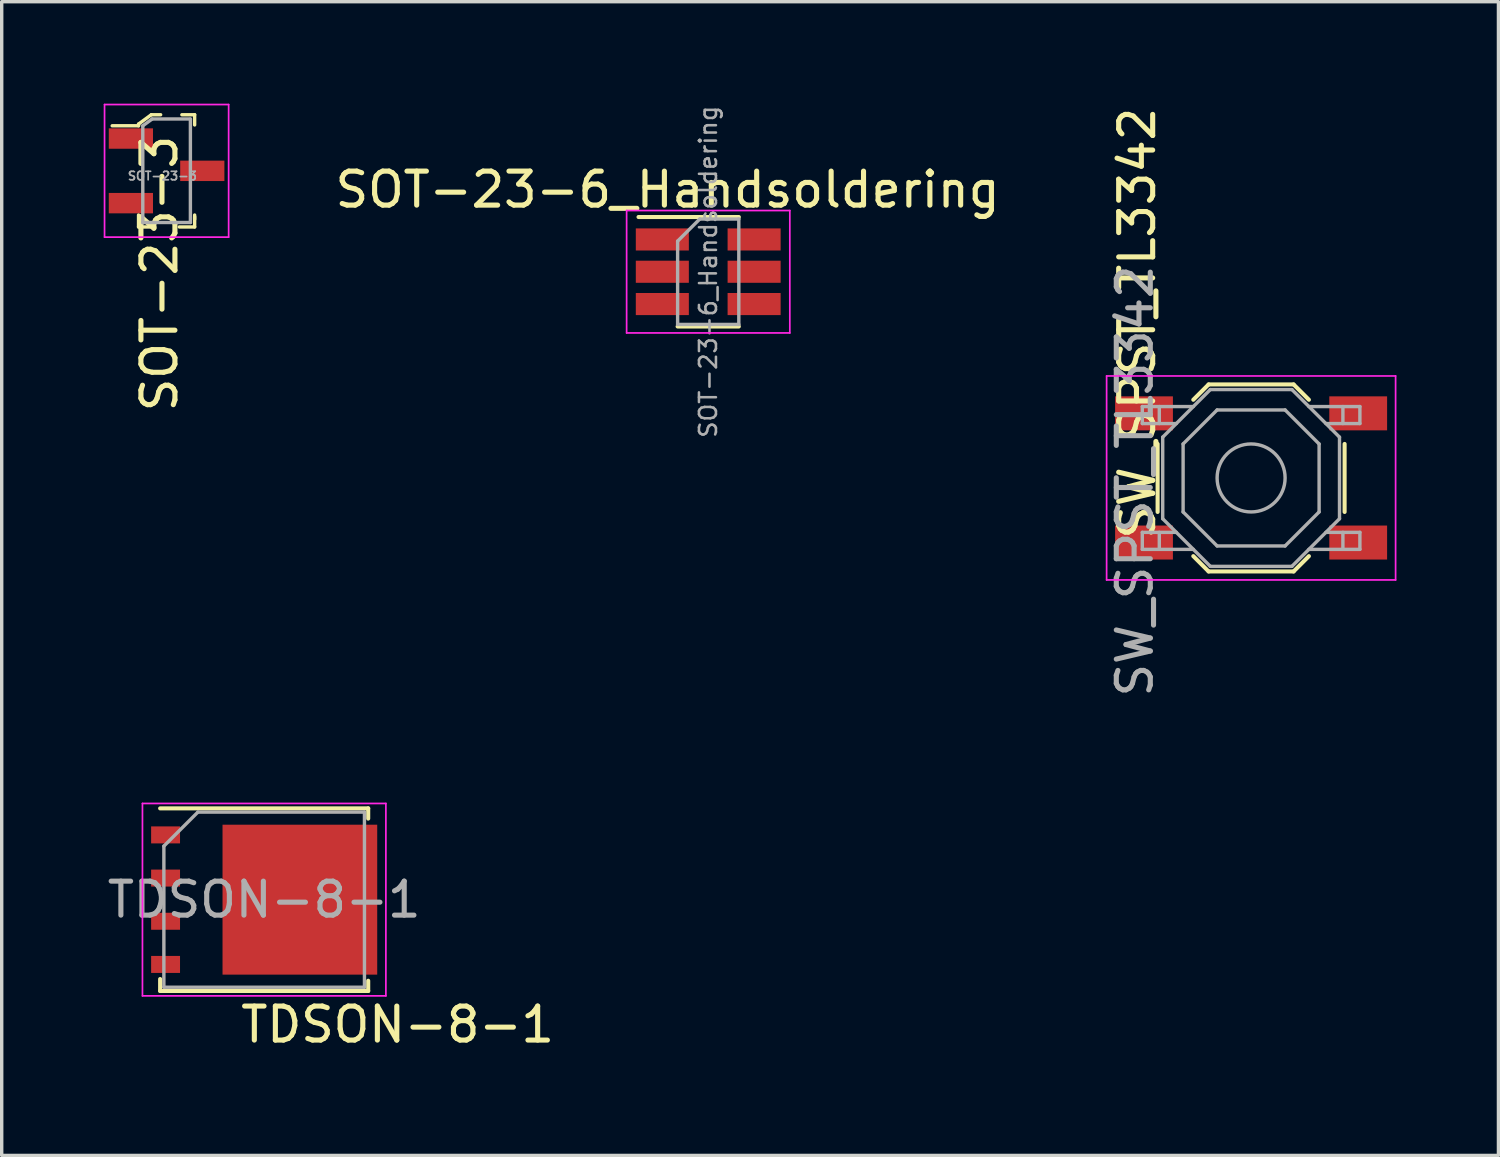
<source format=kicad_pcb>
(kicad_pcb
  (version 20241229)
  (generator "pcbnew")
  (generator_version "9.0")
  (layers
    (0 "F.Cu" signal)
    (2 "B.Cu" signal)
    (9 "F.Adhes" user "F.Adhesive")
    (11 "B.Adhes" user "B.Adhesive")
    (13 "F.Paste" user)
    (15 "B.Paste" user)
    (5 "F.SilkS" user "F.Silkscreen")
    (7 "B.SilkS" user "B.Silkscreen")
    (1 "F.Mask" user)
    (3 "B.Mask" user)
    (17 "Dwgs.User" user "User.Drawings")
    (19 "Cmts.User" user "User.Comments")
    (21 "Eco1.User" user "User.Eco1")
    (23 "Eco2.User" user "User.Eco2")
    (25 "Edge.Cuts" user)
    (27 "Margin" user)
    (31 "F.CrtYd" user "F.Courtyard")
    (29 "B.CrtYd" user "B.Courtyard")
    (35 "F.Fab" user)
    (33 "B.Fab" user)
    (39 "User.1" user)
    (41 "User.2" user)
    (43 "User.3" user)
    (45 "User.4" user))
  (footprint "SW_SPST_TL3342"
    (layer "F.Cu")
    (at 33.749 11.008)
    (property "Reference" "SW_SPST_TL3342" (at -3.35 -4.55 270) (layer "F.SilkS") (effects (font (size 1 1) (thickness 0.15))))
    (attr smd)
    (fp_line (start -2.75 -1) (end -2.75 1) (stroke (width 0.12) (type solid)) (layer "F.SilkS"))
    (fp_line (start -1.7 -2.3) (end -1.25 -2.75) (stroke (width 0.12) (type solid)) (layer "F.SilkS"))
    (fp_line (start -1.7 2.3) (end -1.25 2.75) (stroke (width 0.12) (type solid)) (layer "F.SilkS"))
    (fp_line (start -1.25 -2.75) (end 1.25 -2.75) (stroke (width 0.12) (type solid)) (layer "F.SilkS"))
    (fp_line (start -1.25 2.75) (end 1.25 2.75) (stroke (width 0.12) (type solid)) (layer "F.SilkS"))
    (fp_line (start 1.7 -2.3) (end 1.25 -2.75) (stroke (width 0.12) (type solid)) (layer "F.SilkS"))
    (fp_line (start 1.7 2.3) (end 1.25 2.75) (stroke (width 0.12) (type solid)) (layer "F.SilkS"))
    (fp_line (start 2.75 -1) (end 2.75 1) (stroke (width 0.12) (type solid)) (layer "F.SilkS"))
    (fp_line (start -4.25 -3) (end 4.25 -3) (stroke (width 0.05) (type solid)) (layer "F.CrtYd"))
    (fp_line (start -4.25 3) (end -4.25 -3) (stroke (width 0.05) (type solid)) (layer "F.CrtYd"))
    (fp_line (start 4.25 -3) (end 4.25 3) (stroke (width 0.05) (type solid)) (layer "F.CrtYd"))
    (fp_line (start 4.25 3) (end -4.25 3) (stroke (width 0.05) (type solid)) (layer "F.CrtYd"))
    (fp_line (start -3.2 -2.1) (end -3.2 -1.6) (stroke (width 0.1) (type solid)) (layer "F.Fab"))
    (fp_line (start -3.2 -1.6) (end -2.2 -1.6) (stroke (width 0.1) (type solid)) (layer "F.Fab"))
    (fp_line (start -3.2 1.6) (end -2.2 1.6) (stroke (width 0.1) (type solid)) (layer "F.Fab"))
    (fp_line (start -3.2 2.1) (end -3.2 1.6) (stroke (width 0.1) (type solid)) (layer "F.Fab"))
    (fp_line (start -2.7 -2.1) (end -2.7 -1.6) (stroke (width 0.1) (type solid)) (layer "F.Fab"))
    (fp_line (start -2.7 2.1) (end -2.7 1.6) (stroke (width 0.1) (type solid)) (layer "F.Fab"))
    (fp_line (start -2.6 -1.2) (end -2.6 1.2) (stroke (width 0.1) (type solid)) (layer "F.Fab"))
    (fp_line (start -2.6 1.2) (end -1.2 2.6) (stroke (width 0.1) (type solid)) (layer "F.Fab"))
    (fp_line (start -2 -1) (end -1 -2) (stroke (width 0.1) (type solid)) (layer "F.Fab"))
    (fp_line (start -2 1) (end -2 -1) (stroke (width 0.1) (type solid)) (layer "F.Fab"))
    (fp_line (start -1.7 -2.1) (end -3.2 -2.1) (stroke (width 0.1) (type solid)) (layer "F.Fab"))
    (fp_line (start -1.7 2.1) (end -3.2 2.1) (stroke (width 0.1) (type solid)) (layer "F.Fab"))
    (fp_line (start -1.2 -2.6) (end -2.6 -1.2) (stroke (width 0.1) (type solid)) (layer "F.Fab"))
    (fp_line (start -1.2 2.6) (end 1.2 2.6) (stroke (width 0.1) (type solid)) (layer "F.Fab"))
    (fp_line (start -1 -2) (end 1 -2) (stroke (width 0.1) (type solid)) (layer "F.Fab"))
    (fp_line (start -1 2) (end -2 1) (stroke (width 0.1) (type solid)) (layer "F.Fab"))
    (fp_line (start 1 -2) (end 2 -1) (stroke (width 0.1) (type solid)) (layer "F.Fab"))
    (fp_line (start 1 2) (end -1 2) (stroke (width 0.1) (type solid)) (layer "F.Fab"))
    (fp_line (start 1.2 -2.6) (end -1.2 -2.6) (stroke (width 0.1) (type solid)) (layer "F.Fab"))
    (fp_line (start 1.2 2.6) (end 2.6 1.2) (stroke (width 0.1) (type solid)) (layer "F.Fab"))
    (fp_line (start 1.7 -2.1) (end 3.2 -2.1) (stroke (width 0.1) (type solid)) (layer "F.Fab"))
    (fp_line (start 1.7 2.1) (end 3.2 2.1) (stroke (width 0.1) (type solid)) (layer "F.Fab"))
    (fp_line (start 2 -1) (end 2 1) (stroke (width 0.1) (type solid)) (layer "F.Fab"))
    (fp_line (start 2 1) (end 1 2) (stroke (width 0.1) (type solid)) (layer "F.Fab"))
    (fp_line (start 2.6 -1.2) (end 1.2 -2.6) (stroke (width 0.1) (type solid)) (layer "F.Fab"))
    (fp_line (start 2.6 1.2) (end 2.6 -1.2) (stroke (width 0.1) (type solid)) (layer "F.Fab"))
    (fp_line (start 2.7 -2.1) (end 2.7 -1.6) (stroke (width 0.1) (type solid)) (layer "F.Fab"))
    (fp_line (start 2.7 2.1) (end 2.7 1.6) (stroke (width 0.1) (type solid)) (layer "F.Fab"))
    (fp_line (start 3.2 -2.1) (end 3.2 -1.6) (stroke (width 0.1) (type solid)) (layer "F.Fab"))
    (fp_line (start 3.2 -1.6) (end 2.2 -1.6) (stroke (width 0.1) (type solid)) (layer "F.Fab"))
    (fp_line (start 3.2 1.6) (end 2.2 1.6) (stroke (width 0.1) (type solid)) (layer "F.Fab"))
    (fp_line (start 3.2 2.1) (end 3.2 1.6) (stroke (width 0.1) (type solid)) (layer "F.Fab"))
    (fp_circle (center 0 0) (end 1 0) (stroke (width 0.1) (type solid)) (fill no) (layer "F.Fab"))
    (fp_text user "${REFERENCE}" (at -3.42 0.09 270) (layer "F.Fab") (effects (font (size 1 1) (thickness 0.15))))
    (pad "1" smd rect (at -3.15 -1.9) (size 1.7 1) (layers "F.Cu" "F.Mask" "F.Paste"))
    (pad "1" smd rect (at 3.15 -1.9) (size 1.7 1) (layers "F.Cu" "F.Mask" "F.Paste"))
    (pad "2" smd rect (at -3.15 1.9) (size 1.7 1) (layers "F.Cu" "F.Mask" "F.Paste"))
    (pad "2" smd rect (at 3.15 1.9) (size 1.7 1) (layers "F.Cu" "F.Mask" "F.Paste")))
  (footprint "SOT-23-3"
    (layer "F.Cu")
    (at 1.85 1.975)
    (property "Reference" "SOT-23-3" (at -0.21 3.02 270) (layer "F.SilkS") (effects (font (size 1 1) (thickness 0.15))))
    (attr smd)
    (fp_line (start -0.825 -1.375) (end -0.825 -1.325) (stroke (width 0.1) (type solid)) (layer "F.SilkS"))
    (fp_line (start -0.825 -1.325) (end -1.6 -1.325) (stroke (width 0.1) (type solid)) (layer "F.SilkS"))
    (fp_line (start -0.825 1.65) (end -0.825 1.3) (stroke (width 0.1) (type solid)) (layer "F.SilkS"))
    (fp_line (start -0.45 -1.65) (end -0.825 -1.375) (stroke (width 0.1) (type solid)) (layer "F.SilkS"))
    (fp_line (start -0.35 1.65) (end -0.825 1.65) (stroke (width 0.1) (type solid)) (layer "F.SilkS"))
    (fp_line (start -0.175 -1.65) (end -0.45 -1.65) (stroke (width 0.1) (type solid)) (layer "F.SilkS"))
    (fp_line (start 0.45 -1.65) (end 0.825 -1.65) (stroke (width 0.1) (type solid)) (layer "F.SilkS"))
    (fp_line (start 0.825 -1.65) (end 0.825 -1.35) (stroke (width 0.1) (type solid)) (layer "F.SilkS"))
    (fp_line (start 0.825 1.35) (end 0.825 1.65) (stroke (width 0.1) (type solid)) (layer "F.SilkS"))
    (fp_line (start 0.825 1.425) (end 0.825 1.3) (stroke (width 0.1) (type solid)) (layer "F.SilkS"))
    (fp_line (start 0.825 1.65) (end 0.375 1.65) (stroke (width 0.1) (type solid)) (layer "F.SilkS"))
    (fp_line (start -1.825 -1.95) (end -1.825 1.95) (stroke (width 0.05) (type solid)) (layer "F.CrtYd"))
    (fp_line (start -1.825 -1.95) (end 1.825 -1.95) (stroke (width 0.05) (type solid)) (layer "F.CrtYd"))
    (fp_line (start 1.825 -1.95) (end 1.825 1.95) (stroke (width 0.05) (type solid)) (layer "F.CrtYd"))
    (fp_line (start 1.825 1.95) (end -1.825 1.95) (stroke (width 0.05) (type solid)) (layer "F.CrtYd"))
    (fp_line (start -0.7 -1.325) (end -0.7 1.525) (stroke (width 0.1) (type solid)) (layer "F.Fab"))
    (fp_line (start -0.7 1.52) (end 0.7 1.52) (stroke (width 0.1) (type solid)) (layer "F.Fab"))
    (fp_line (start -0.425 -1.525) (end -0.7 -1.325) (stroke (width 0.1) (type solid)) (layer "F.Fab"))
    (fp_line (start -0.425 -1.525) (end 0.7 -1.525) (stroke (width 0.1) (type solid)) (layer "F.Fab"))
    (fp_line (start 0.7 1.52) (end 0.7 -1.52) (stroke (width 0.1) (type solid)) (layer "F.Fab"))
    (fp_text user "${REFERENCE}" (at -0.125 0.15 180) (layer "F.Fab") (effects (font (size 0.25 0.25) (thickness 0.05))))
    (pad "1" smd rect (at -1.05 -0.95) (size 1.3 0.6) (layers "F.Cu" "F.Mask" "F.Paste"))
    (pad "2" smd rect (at -1.05 0.95) (size 1.3 0.6) (layers "F.Cu" "F.Mask" "F.Paste"))
    (pad "3" smd rect (at 1.05 0) (size 1.3 0.6) (layers "F.Cu" "F.Mask" "F.Paste")))
  (footprint "TDSON-8-1"
    (layer "F.Cu")
    (at 4.72 23.412)
    (property "Reference" "TDSON-8-1" (at 3.925 3.675 180) (layer "F.SilkS") (effects (font (size 1 1) (thickness 0.15))))
    (attr smd)
    (fp_line (start -3.06 2.335) (end -3.06 2.685) (stroke (width 0.12) (type solid)) (layer "F.SilkS"))
    (fp_line (start 3.06 -2.685) (end -3.06 -2.685) (stroke (width 0.12) (type solid)) (layer "F.SilkS"))
    (fp_line (start 3.06 -2.385) (end 3.06 -2.685) (stroke (width 0.12) (type solid)) (layer "F.SilkS"))
    (fp_line (start 3.06 2.385) (end 3.06 2.685) (stroke (width 0.12) (type solid)) (layer "F.SilkS"))
    (fp_line (start 3.06 2.685) (end -3.06 2.685) (stroke (width 0.12) (type solid)) (layer "F.SilkS"))
    (fp_line (start -3.58 -2.83) (end -3.58 2.83) (stroke (width 0.05) (type solid)) (layer "F.CrtYd"))
    (fp_line (start -3.58 2.83) (end 3.58 2.83) (stroke (width 0.05) (type solid)) (layer "F.CrtYd"))
    (fp_line (start 3.58 -2.83) (end -3.58 -2.83) (stroke (width 0.05) (type solid)) (layer "F.CrtYd"))
    (fp_line (start 3.58 2.83) (end 3.58 -2.83) (stroke (width 0.05) (type solid)) (layer "F.CrtYd"))
    (fp_line (start -2.95 2.575) (end -2.95 -1.575) (stroke (width 0.1) (type solid)) (layer "F.Fab"))
    (fp_line (start -1.95 -2.575) (end -2.95 -1.575) (stroke (width 0.1) (type solid)) (layer "F.Fab"))
    (fp_line (start -1.95 -2.575) (end 2.95 -2.575) (stroke (width 0.1) (type solid)) (layer "F.Fab"))
    (fp_line (start 2.95 -2.575) (end 2.95 2.575) (stroke (width 0.1) (type solid)) (layer "F.Fab"))
    (fp_line (start 2.95 2.575) (end -2.95 2.575) (stroke (width 0.1) (type solid)) (layer "F.Fab"))
    (fp_text user "${REFERENCE}" (at 0 0 180) (layer "F.Fab") (effects (font (size 1 1) (thickness 0.15))))
    (pad "" smd rect (at -0.2 -0.85) (size 1.5 1.5) (layers "F.Paste"))
    (pad "" smd rect (at -0.2 0.85) (size 1.5 1.5) (layers "F.Paste"))
    (pad "" smd custom (at 0.65 0) (size 3.75 4.41) (layers "F.Mask") (options (anchor rect)) (primitives (gr_poly (pts (xy 1.875 -2.205) (xy 2.675 -2.205) (xy 2.675 -1.605) (xy 1.875 -1.605)) (width 0) (fill yes)) (gr_poly (pts (xy 1.875 -0.935) (xy 2.675 -0.935) (xy 2.675 -0.335) (xy 1.875 -0.335)) (width 0) (fill yes)) (gr_poly (pts (xy 1.875 0.335) (xy 2.675 0.335) (xy 2.675 0.935) (xy 1.875 0.935)) (width 0) (fill yes)) (gr_poly (pts (xy 1.875 1.605) (xy 2.675 1.605) (xy 2.675 2.205) (xy 1.875 2.205)) (width 0) (fill yes))))
    (pad "" smd rect (at 1.5 -0.85) (size 1.5 1.5) (layers "F.Paste"))
    (pad "" smd rect (at 1.5 0.85) (size 1.5 1.5) (layers "F.Paste"))
    (pad "" smd rect (at 2.905 -1.905) (size 0.75 0.5) (layers "F.Paste"))
    (pad "" smd rect (at 2.905 -0.635) (size 0.75 0.5) (layers "F.Paste"))
    (pad "" smd rect (at 2.905 0.635) (size 0.75 0.5) (layers "F.Paste"))
    (pad "" smd rect (at 2.905 1.905) (size 0.75 0.5) (layers "F.Paste"))
    (pad "1" smd rect (at -2.9 -1.905) (size 0.85 0.5) (layers "F.Cu" "F.Mask" "F.Paste"))
    (pad "2" smd rect (at -2.9 -0.635) (size 0.85 0.5) (layers "F.Cu" "F.Mask" "F.Paste"))
    (pad "3" smd rect (at -2.9 0.635) (size 0.85 0.5) (layers "F.Cu" "F.Mask" "F.Paste"))
    (pad "4" smd rect (at -2.9 1.905) (size 0.85 0.5) (layers "F.Cu" "F.Mask" "F.Paste"))
    (pad "5" smd rect (at 1.05 0) (size 4.55 4.41) (layers "F.Cu")))
  (footprint "SOT-23-6_Handsoldering"
    (layer "F.Cu")
    (at 17.781 4.943)
    (property "Reference" "SOT-23-6_Handsoldering" (at -1.194 -2.415 0) (layer "F.SilkS") (effects (font (size 1 1) (thickness 0.15))))
    (attr smd)
    (fp_line (start -0.9 1.61) (end 0.9 1.61) (stroke (width 0.12) (type solid)) (layer "F.SilkS"))
    (fp_line (start 0.9 -1.61) (end -2.05 -1.61) (stroke (width 0.12) (type solid)) (layer "F.SilkS"))
    (fp_line (start -2.4 -1.8) (end 2.4 -1.8) (stroke (width 0.05) (type solid)) (layer "F.CrtYd"))
    (fp_line (start -2.4 1.8) (end -2.4 -1.8) (stroke (width 0.05) (type solid)) (layer "F.CrtYd"))
    (fp_line (start 2.4 -1.8) (end 2.4 1.8) (stroke (width 0.05) (type solid)) (layer "F.CrtYd"))
    (fp_line (start 2.4 1.8) (end -2.4 1.8) (stroke (width 0.05) (type solid)) (layer "F.CrtYd"))
    (fp_line (start -0.9 -0.9) (end -0.9 1.55) (stroke (width 0.1) (type solid)) (layer "F.Fab"))
    (fp_line (start -0.9 -0.9) (end -0.25 -1.55) (stroke (width 0.1) (type solid)) (layer "F.Fab"))
    (fp_line (start 0.9 -1.55) (end -0.25 -1.55) (stroke (width 0.1) (type solid)) (layer "F.Fab"))
    (fp_line (start 0.9 -1.55) (end 0.9 1.55) (stroke (width 0.1) (type solid)) (layer "F.Fab"))
    (fp_line (start 0.9 1.55) (end -0.9 1.55) (stroke (width 0.1) (type solid)) (layer "F.Fab"))
    (fp_text user "${REFERENCE}" (at 0 0 270) (layer "F.Fab") (effects (font (size 0.5 0.5) (thickness 0.075))))
    (pad "1" smd rect (at -1.35 -0.95) (size 1.56 0.65) (layers "F.Cu" "F.Mask" "F.Paste"))
    (pad "2" smd rect (at -1.35 0) (size 1.56 0.65) (layers "F.Cu" "F.Mask" "F.Paste"))
    (pad "3" smd rect (at -1.35 0.95) (size 1.56 0.65) (layers "F.Cu" "F.Mask" "F.Paste"))
    (pad "4" smd rect (at 1.35 0.95) (size 1.56 0.65) (layers "F.Cu" "F.Mask" "F.Paste"))
    (pad "5" smd rect (at 1.35 0) (size 1.56 0.65) (layers "F.Cu" "F.Mask" "F.Paste"))
    (pad "6" smd rect (at 1.35 -0.95) (size 1.56 0.65) (layers "F.Cu" "F.Mask" "F.Paste")))
  (gr_rect
    (start -3 -3)
    (end 41.024 30.935)
    (stroke (width 0.1) (type default))
    (fill no)
    (layer "Edge.Cuts")))
</source>
